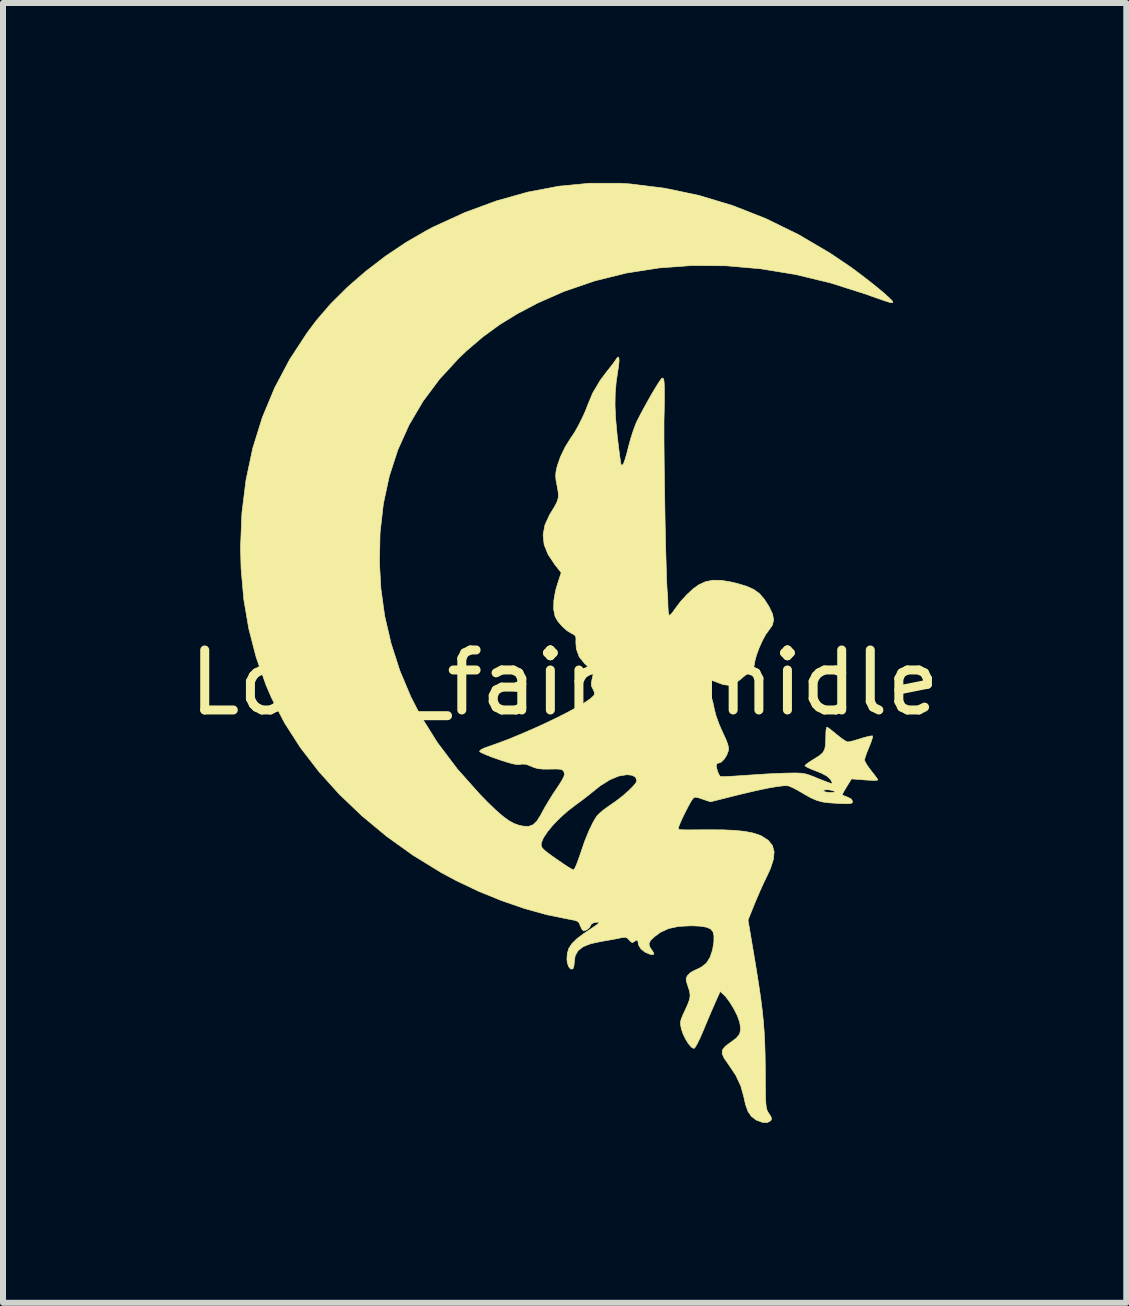
<source format=kicad_pcb>
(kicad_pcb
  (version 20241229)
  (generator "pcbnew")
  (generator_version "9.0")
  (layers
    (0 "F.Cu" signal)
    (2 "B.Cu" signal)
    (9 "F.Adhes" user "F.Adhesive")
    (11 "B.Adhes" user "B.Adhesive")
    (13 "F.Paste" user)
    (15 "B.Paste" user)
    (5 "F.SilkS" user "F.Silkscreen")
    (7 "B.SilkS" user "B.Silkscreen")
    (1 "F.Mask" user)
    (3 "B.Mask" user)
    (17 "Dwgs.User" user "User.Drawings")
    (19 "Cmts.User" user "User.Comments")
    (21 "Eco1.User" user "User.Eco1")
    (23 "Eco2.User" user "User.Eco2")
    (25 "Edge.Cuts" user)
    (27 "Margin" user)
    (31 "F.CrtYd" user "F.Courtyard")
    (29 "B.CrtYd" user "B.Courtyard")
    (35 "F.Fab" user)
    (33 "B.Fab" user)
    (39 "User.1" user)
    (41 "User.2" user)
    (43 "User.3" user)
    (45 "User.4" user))
  (footprint "Logo_fairy_midle"
    (layer "F.Cu")
    (at 6.363 7.831)
    (property "Reference" "Logo_fairy_midle" (at 0 0.5 0) (layer "F.SilkS") (effects (font (size 1 1) (thickness 0.15))))
    (attr through_hole)
    (fp_poly (pts (xy 1.092 -7.815) (xy 1.67 -7.743) (xy 2.24 -7.623) (xy 2.801 -7.454) (xy 3.353 -7.237) (xy 3.895 -6.972) (xy 4.424 -6.661) (xy 4.772 -6.426) (xy 4.89 -6.339) (xy 5.012 -6.246) (xy 5.132 -6.152) (xy 5.243 -6.062) (xy 5.339 -5.981) (xy 5.413 -5.914) (xy 5.458 -5.868) (xy 5.47 -5.85) (xy 5.468 -5.839) (xy 5.46 -5.834) (xy 5.438 -5.836) (xy 5.397 -5.847) (xy 5.331 -5.868) (xy 5.233 -5.902) (xy 5.097 -5.95) (xy 5.019 -5.978) (xy 4.434 -6.164) (xy 3.85 -6.305) (xy 3.269 -6.4) (xy 2.695 -6.45) (xy 2.129 -6.455) (xy 1.572 -6.414) (xy 1.029 -6.329) (xy 0.5 -6.198) (xy -0.012 -6.022) (xy -0.446 -5.831) (xy -0.785 -5.653) (xy -1.087 -5.467) (xy -1.365 -5.264) (xy -1.633 -5.035) (xy -1.77 -4.904) (xy -2.088 -4.558) (xy -2.363 -4.189) (xy -2.594 -3.796) (xy -2.781 -3.381) (xy -2.923 -2.943) (xy -3.022 -2.483) (xy -3.077 -2) (xy -3.087 -1.496) (xy -3.063 -1.067) (xy -3 -0.612) (xy -2.893 -0.153) (xy -2.747 0.3) (xy -2.565 0.733) (xy -2.404 1.047) (xy -2.12 1.5) (xy -1.789 1.939) (xy -1.411 2.363) (xy -1.284 2.493) (xy -1.146 2.626) (xy -1.032 2.725) (xy -0.935 2.797) (xy -0.847 2.846) (xy -0.76 2.877) (xy -0.688 2.892) (xy -0.599 2.895) (xy -0.526 2.868) (xy -0.461 2.806) (xy -0.396 2.702) (xy -0.381 2.672) (xy -0.331 2.581) (xy -0.264 2.468) (xy -0.192 2.353) (xy -0.161 2.307) (xy -0.088 2.197) (xy -0.04 2.119) (xy -0.013 2.066) (xy -0.003 2.028) (xy -0.008 1.998) (xy -0.016 1.978) (xy -0.035 1.956) (xy -0.069 1.944) (xy -0.13 1.939) (xy -0.228 1.94) (xy -0.243 1.941) (xy -0.358 1.941) (xy -0.442 1.933) (xy -0.511 1.914) (xy -0.556 1.894) (xy -0.645 1.86) (xy -0.715 1.857) (xy -0.734 1.861) (xy -0.778 1.866) (xy -0.843 1.857) (xy -0.935 1.833) (xy -1.064 1.792) (xy -1.106 1.778) (xy -1.221 1.737) (xy -1.317 1.699) (xy -1.386 1.668) (xy -1.418 1.648) (xy -1.419 1.646) (xy -1.403 1.623) (xy -1.35 1.594) (xy -1.297 1.574) (xy -1.114 1.51) (xy -0.918 1.436) (xy -0.716 1.352) (xy -0.512 1.264) (xy -0.312 1.172) (xy -0.122 1.081) (xy 0.053 0.992) (xy 0.206 0.908) (xy 0.333 0.833) (xy 0.428 0.768) (xy 0.484 0.717) (xy 0.496 0.698) (xy 0.494 0.653) (xy 0.47 0.602) (xy 0.448 0.559) (xy 0.444 0.513) (xy 0.456 0.445) (xy 0.463 0.416) (xy 0.48 0.34) (xy 0.482 0.299) (xy 0.468 0.28) (xy 0.461 0.278) (xy 0.424 0.255) (xy 0.367 0.211) (xy 0.332 0.18) (xy 0.244 0.07) (xy 0.195 -0.062) (xy 0.187 -0.17) (xy 0.189 -0.243) (xy 0.176 -0.284) (xy 0.141 -0.31) (xy 0.115 -0.321) (xy 0.039 -0.368) (xy -0.043 -0.442) (xy -0.115 -0.526) (xy -0.159 -0.603) (xy -0.159 -0.603) (xy -0.183 -0.721) (xy -0.18 -0.868) (xy -0.152 -1.033) (xy -0.121 -1.139) (xy -0.057 -1.335) (xy -0.162 -1.467) (xy -0.276 -1.638) (xy -0.342 -1.802) (xy -0.359 -1.964) (xy -0.329 -2.128) (xy -0.252 -2.297) (xy -0.234 -2.327) (xy -0.168 -2.434) (xy -0.127 -2.514) (xy -0.107 -2.579) (xy -0.104 -2.645) (xy -0.115 -2.725) (xy -0.125 -2.778) (xy -0.144 -2.878) (xy -0.15 -2.953) (xy -0.143 -3.023) (xy -0.124 -3.109) (xy -0.07 -3.265) (xy 0.01 -3.431) (xy 0.106 -3.585) (xy 0.124 -3.609) (xy 0.173 -3.685) (xy 0.232 -3.791) (xy 0.292 -3.91) (xy 0.345 -4.026) (xy 0.382 -4.121) (xy 0.385 -4.13) (xy 0.468 -4.329) (xy 0.59 -4.535) (xy 0.695 -4.676) (xy 0.761 -4.759) (xy 0.816 -4.831) (xy 0.852 -4.882) (xy 0.859 -4.893) (xy 0.887 -4.929) (xy 0.903 -4.921) (xy 0.908 -4.871) (xy 0.9 -4.784) (xy 0.891 -4.725) (xy 0.86 -4.519) (xy 0.843 -4.322) (xy 0.84 -4.122) (xy 0.85 -3.903) (xy 0.873 -3.653) (xy 0.879 -3.598) (xy 0.896 -3.453) (xy 0.912 -3.326) (xy 0.926 -3.224) (xy 0.937 -3.156) (xy 0.944 -3.129) (xy 0.962 -3.126) (xy 0.983 -3.155) (xy 1.007 -3.221) (xy 1.038 -3.328) (xy 1.064 -3.431) (xy 1.099 -3.561) (xy 1.14 -3.69) (xy 1.181 -3.802) (xy 1.203 -3.853) (xy 1.248 -3.942) (xy 1.308 -4.055) (xy 1.377 -4.18) (xy 1.447 -4.304) (xy 1.513 -4.415) (xy 1.567 -4.502) (xy 1.591 -4.537) (xy 1.622 -4.577) (xy 1.639 -4.578) (xy 1.653 -4.55) (xy 1.658 -4.512) (xy 1.662 -4.432) (xy 1.663 -4.319) (xy 1.662 -4.179) (xy 1.66 -4.022) (xy 1.658 -3.956) (xy 1.656 -3.853) (xy 1.656 -3.713) (xy 1.656 -3.543) (xy 1.658 -3.346) (xy 1.66 -3.13) (xy 1.663 -2.899) (xy 1.667 -2.659) (xy 1.671 -2.416) (xy 1.675 -2.175) (xy 1.68 -1.942) (xy 1.685 -1.721) (xy 1.691 -1.52) (xy 1.696 -1.343) (xy 1.701 -1.196) (xy 1.706 -1.084) (xy 1.711 -1.013) (xy 1.713 -0.992) (xy 1.717 -0.949) (xy 1.72 -0.874) (xy 1.722 -0.788) (xy 1.726 -0.704) (xy 1.735 -0.644) (xy 1.746 -0.62) (xy 1.746 -0.62) (xy 1.771 -0.639) (xy 1.811 -0.688) (xy 1.836 -0.724) (xy 1.927 -0.846) (xy 2.034 -0.964) (xy 2.143 -1.065) (xy 2.237 -1.132) (xy 2.349 -1.184) (xy 2.472 -1.208) (xy 2.613 -1.206) (xy 2.782 -1.177) (xy 2.883 -1.153) (xy 3.038 -1.106) (xy 3.155 -1.053) (xy 3.248 -0.985) (xy 3.327 -0.894) (xy 3.407 -0.769) (xy 3.41 -0.764) (xy 3.467 -0.643) (xy 3.484 -0.542) (xy 3.461 -0.454) (xy 3.403 -0.373) (xy 3.352 -0.303) (xy 3.298 -0.203) (xy 3.245 -0.086) (xy 3.201 0.032) (xy 3.172 0.135) (xy 3.163 0.199) (xy 3.145 0.268) (xy 3.095 0.315) (xy 3.037 0.356) (xy 2.964 0.415) (xy 2.922 0.452) (xy 2.831 0.518) (xy 2.742 0.544) (xy 2.643 0.532) (xy 2.544 0.495) (xy 2.473 0.468) (xy 2.418 0.456) (xy 2.402 0.457) (xy 2.373 0.492) (xy 2.376 0.559) (xy 2.409 0.65) (xy 2.418 0.668) (xy 2.448 0.745) (xy 2.476 0.846) (xy 2.492 0.926) (xy 2.523 1.049) (xy 2.576 1.196) (xy 2.632 1.323) (xy 2.686 1.439) (xy 2.718 1.522) (xy 2.732 1.582) (xy 2.731 1.629) (xy 2.73 1.634) (xy 2.702 1.708) (xy 2.659 1.776) (xy 2.612 1.823) (xy 2.58 1.836) (xy 2.54 1.849) (xy 2.533 1.856) (xy 2.529 1.897) (xy 2.543 1.958) (xy 2.566 2.02) (xy 2.592 2.06) (xy 2.599 2.064) (xy 2.633 2.066) (xy 2.707 2.064) (xy 2.813 2.058) (xy 2.942 2.05) (xy 3.039 2.043) (xy 3.204 2.032) (xy 3.377 2.021) (xy 3.542 2.013) (xy 3.68 2.008) (xy 3.721 2.007) (xy 3.844 2.005) (xy 3.933 2.008) (xy 4.004 2.018) (xy 4.075 2.038) (xy 4.161 2.071) (xy 4.211 2.092) (xy 4.308 2.131) (xy 4.389 2.162) (xy 4.442 2.18) (xy 4.455 2.183) (xy 4.46 2.166) (xy 4.438 2.123) (xy 4.431 2.112) (xy 4.375 2.059) (xy 4.281 2.008) (xy 4.193 1.973) (xy 4.106 1.939) (xy 4.041 1.908) (xy 4.008 1.887) (xy 4.006 1.884) (xy 4.026 1.862) (xy 4.079 1.823) (xy 4.153 1.776) (xy 4.166 1.768) (xy 4.249 1.716) (xy 4.303 1.668) (xy 4.335 1.612) (xy 4.349 1.536) (xy 4.353 1.426) (xy 4.354 1.386) (xy 4.356 1.308) (xy 4.364 1.256) (xy 4.372 1.24) (xy 4.399 1.256) (xy 4.452 1.296) (xy 4.521 1.352) (xy 4.535 1.364) (xy 4.61 1.424) (xy 4.675 1.468) (xy 4.718 1.488) (xy 4.722 1.488) (xy 4.765 1.481) (xy 4.84 1.461) (xy 4.932 1.433) (xy 4.944 1.429) (xy 5.031 1.404) (xy 5.098 1.389) (xy 5.133 1.387) (xy 5.135 1.389) (xy 5.131 1.419) (xy 5.111 1.481) (xy 5.079 1.564) (xy 5.073 1.578) (xy 5.037 1.666) (xy 5.011 1.741) (xy 4.999 1.787) (xy 4.999 1.79) (xy 5.014 1.829) (xy 5.053 1.891) (xy 5.108 1.965) (xy 5.11 1.968) (xy 5.165 2.038) (xy 5.205 2.092) (xy 5.222 2.121) (xy 5.222 2.122) (xy 5.199 2.127) (xy 5.138 2.128) (xy 5.049 2.124) (xy 5.002 2.121) (xy 4.782 2.104) (xy 4.704 2.23) (xy 4.663 2.299) (xy 4.635 2.349) (xy 4.626 2.367) (xy 4.647 2.381) (xy 4.699 2.401) (xy 4.713 2.406) (xy 4.779 2.44) (xy 4.8 2.479) (xy 4.796 2.499) (xy 4.777 2.511) (xy 4.734 2.517) (xy 4.66 2.516) (xy 4.558 2.512) (xy 4.411 2.503) (xy 4.297 2.488) (xy 4.201 2.461) (xy 4.106 2.42) (xy 3.995 2.358) (xy 3.97 2.342) (xy 3.902 2.303) (xy 4.315 2.303) (xy 4.316 2.307) (xy 4.349 2.322) (xy 4.411 2.33) (xy 4.436 2.33) (xy 4.496 2.327) (xy 4.511 2.319) (xy 4.49 2.307) (xy 4.433 2.29) (xy 4.374 2.284) (xy 4.33 2.289) (xy 4.315 2.303) (xy 3.902 2.303) (xy 3.88 2.29) (xy 3.798 2.248) (xy 3.74 2.223) (xy 3.732 2.22) (xy 3.664 2.217) (xy 3.55 2.23) (xy 3.391 2.257) (xy 3.188 2.3) (xy 2.941 2.358) (xy 2.828 2.386) (xy 2.431 2.486) (xy 2.298 2.441) (xy 2.222 2.416) (xy 2.178 2.408) (xy 2.153 2.417) (xy 2.13 2.443) (xy 2.129 2.444) (xy 2.097 2.496) (xy 2.055 2.573) (xy 2.008 2.664) (xy 1.963 2.757) (xy 1.926 2.839) (xy 1.903 2.898) (xy 1.898 2.917) (xy 1.897 2.93) (xy 1.899 2.94) (xy 1.911 2.947) (xy 1.938 2.951) (xy 1.987 2.953) (xy 2.064 2.954) (xy 2.176 2.953) (xy 2.329 2.952) (xy 2.395 2.952) (xy 2.638 2.953) (xy 2.838 2.962) (xy 3.001 2.979) (xy 3.133 3.004) (xy 3.241 3.038) (xy 3.286 3.058) (xy 3.394 3.128) (xy 3.463 3.213) (xy 3.492 3.317) (xy 3.481 3.443) (xy 3.432 3.595) (xy 3.379 3.712) (xy 3.32 3.834) (xy 3.254 3.979) (xy 3.192 4.125) (xy 3.163 4.194) (xy 3.057 4.457) (xy 3.147 4.988) (xy 3.196 5.283) (xy 3.236 5.538) (xy 3.269 5.761) (xy 3.294 5.961) (xy 3.313 6.147) (xy 3.327 6.327) (xy 3.336 6.509) (xy 3.342 6.703) (xy 3.345 6.916) (xy 3.345 6.958) (xy 3.346 7.153) (xy 3.348 7.306) (xy 3.35 7.421) (xy 3.354 7.506) (xy 3.36 7.567) (xy 3.369 7.609) (xy 3.38 7.641) (xy 3.395 7.667) (xy 3.407 7.684) (xy 3.443 7.742) (xy 3.448 7.78) (xy 3.435 7.802) (xy 3.379 7.833) (xy 3.298 7.83) (xy 3.202 7.795) (xy 3.185 7.785) (xy 3.111 7.727) (xy 3.056 7.646) (xy 3.015 7.531) (xy 2.989 7.413) (xy 2.938 7.226) (xy 2.854 7.046) (xy 2.729 6.859) (xy 2.728 6.858) (xy 2.659 6.759) (xy 2.626 6.683) (xy 2.632 6.621) (xy 2.677 6.563) (xy 2.763 6.499) (xy 2.772 6.493) (xy 2.864 6.424) (xy 2.916 6.359) (xy 2.934 6.284) (xy 2.923 6.186) (xy 2.915 6.152) (xy 2.88 6.053) (xy 2.822 5.938) (xy 2.753 5.825) (xy 2.682 5.731) (xy 2.646 5.695) (xy 2.593 5.648) (xy 2.51 5.832) (xy 2.467 5.931) (xy 2.412 6.058) (xy 2.354 6.196) (xy 2.308 6.307) (xy 2.257 6.424) (xy 2.212 6.517) (xy 2.177 6.577) (xy 2.155 6.598) (xy 2.115 6.577) (xy 2.066 6.521) (xy 2.017 6.443) (xy 1.974 6.355) (xy 1.947 6.275) (xy 1.934 6.212) (xy 1.931 6.162) (xy 1.943 6.109) (xy 1.971 6.04) (xy 2.007 5.963) (xy 2.056 5.854) (xy 2.084 5.775) (xy 2.092 5.709) (xy 2.082 5.643) (xy 2.056 5.56) (xy 2.054 5.556) (xy 2.031 5.483) (xy 2.025 5.437) (xy 2.039 5.399) (xy 2.052 5.378) (xy 2.1 5.332) (xy 2.172 5.292) (xy 2.194 5.284) (xy 2.279 5.242) (xy 2.357 5.181) (xy 2.368 5.169) (xy 2.425 5.077) (xy 2.466 4.954) (xy 2.488 4.82) (xy 2.489 4.72) (xy 2.474 4.655) (xy 2.437 4.608) (xy 2.372 4.578) (xy 2.273 4.56) (xy 2.132 4.553) (xy 2.096 4.553) (xy 1.899 4.563) (xy 1.736 4.598) (xy 1.597 4.661) (xy 1.499 4.733) (xy 1.432 4.798) (xy 1.406 4.851) (xy 1.419 4.906) (xy 1.452 4.955) (xy 1.486 5.008) (xy 1.482 5.032) (xy 1.436 5.03) (xy 1.419 5.026) (xy 1.338 4.991) (xy 1.271 4.936) (xy 1.233 4.874) (xy 1.228 4.848) (xy 1.219 4.797) (xy 1.19 4.793) (xy 1.157 4.818) (xy 1.128 4.833) (xy 1.095 4.811) (xy 1.078 4.791) (xy 1.045 4.757) (xy 1.01 4.744) (xy 0.954 4.75) (xy 0.912 4.759) (xy 0.826 4.776) (xy 0.715 4.796) (xy 0.608 4.814) (xy 0.436 4.851) (xy 0.309 4.901) (xy 0.223 4.968) (xy 0.175 5.054) (xy 0.162 5.151) (xy 0.155 5.22) (xy 0.14 5.266) (xy 0.133 5.273) (xy 0.098 5.272) (xy 0.066 5.233) (xy 0.044 5.167) (xy 0.038 5.104) (xy 0.045 5.01) (xy 0.071 4.927) (xy 0.122 4.85) (xy 0.202 4.771) (xy 0.317 4.684) (xy 0.444 4.599) (xy 0.529 4.542) (xy 0.571 4.505) (xy 0.569 4.49) (xy 0.564 4.49) (xy 0.492 4.499) (xy 0.445 4.524) (xy 0.434 4.545) (xy 0.415 4.581) (xy 0.371 4.618) (xy 0.324 4.637) (xy 0.318 4.638) (xy 0.292 4.617) (xy 0.266 4.565) (xy 0.261 4.554) (xy 0.244 4.509) (xy 0.221 4.482) (xy 0.178 4.464) (xy 0.105 4.449) (xy 0.055 4.44) (xy -0.294 4.369) (xy -0.666 4.266) (xy -1.049 4.134) (xy -1.431 3.979) (xy -1.801 3.803) (xy -2.054 3.668) (xy -2.524 3.379) (xy -2.791 3.188) (xy -0.391 3.188) (xy -0.39 3.22) (xy -0.376 3.251) (xy -0.343 3.287) (xy -0.285 3.335) (xy -0.195 3.4) (xy -0.138 3.44) (xy -0.038 3.509) (xy 0.048 3.566) (xy 0.113 3.605) (xy 0.147 3.621) (xy 0.148 3.621) (xy 0.167 3.599) (xy 0.195 3.539) (xy 0.229 3.45) (xy 0.261 3.358) (xy 0.333 3.146) (xy 0.408 2.962) (xy 0.482 2.812) (xy 0.535 2.726) (xy 0.581 2.678) (xy 0.655 2.616) (xy 0.741 2.554) (xy 0.752 2.547) (xy 0.859 2.472) (xy 0.964 2.391) (xy 1.059 2.309) (xy 1.135 2.234) (xy 1.186 2.174) (xy 1.203 2.136) (xy 1.184 2.076) (xy 1.123 2.043) (xy 1.038 2.034) (xy 0.903 2.056) (xy 0.752 2.119) (xy 0.592 2.22) (xy 0.509 2.286) (xy 0.406 2.369) (xy 0.291 2.458) (xy 0.188 2.534) (xy 0.186 2.535) (xy 0.053 2.637) (xy -0.074 2.75) (xy -0.188 2.866) (xy -0.282 2.979) (xy -0.351 3.081) (xy -0.387 3.165) (xy -0.391 3.188) (xy -2.791 3.188) (xy -2.967 3.062) (xy -3.379 2.72) (xy -3.759 2.357) (xy -4.102 1.976) (xy -4.407 1.579) (xy -4.669 1.171) (xy -4.886 0.754) (xy -4.976 0.545) (xy -5.142 0.078) (xy -5.265 -0.398) (xy -5.349 -0.89) (xy -5.394 -1.404) (xy -5.403 -1.761) (xy -5.38 -2.329) (xy -5.312 -2.879) (xy -5.199 -3.41) (xy -5.04 -3.921) (xy -4.835 -4.413) (xy -4.585 -4.886) (xy -4.29 -5.337) (xy -4.135 -5.543) (xy -3.898 -5.818) (xy -3.621 -6.093) (xy -3.313 -6.36) (xy -2.984 -6.612) (xy -2.642 -6.841) (xy -2.297 -7.041) (xy -2.194 -7.095) (xy -1.663 -7.338) (xy -1.136 -7.532) (xy -0.613 -7.679) (xy -0.095 -7.777) (xy 0.418 -7.826) (xy 0.924 -7.826) (xy 1.092 -7.815)) (stroke (width 0.01) (type solid)) (fill yes) (layer "F.SilkS")))
  (gr_rect
    (start -3 -3)
    (end 15.726 18.669)
    (stroke (width 0.1) (type default))
    (fill no)
    (layer "Edge.Cuts")))
</source>
